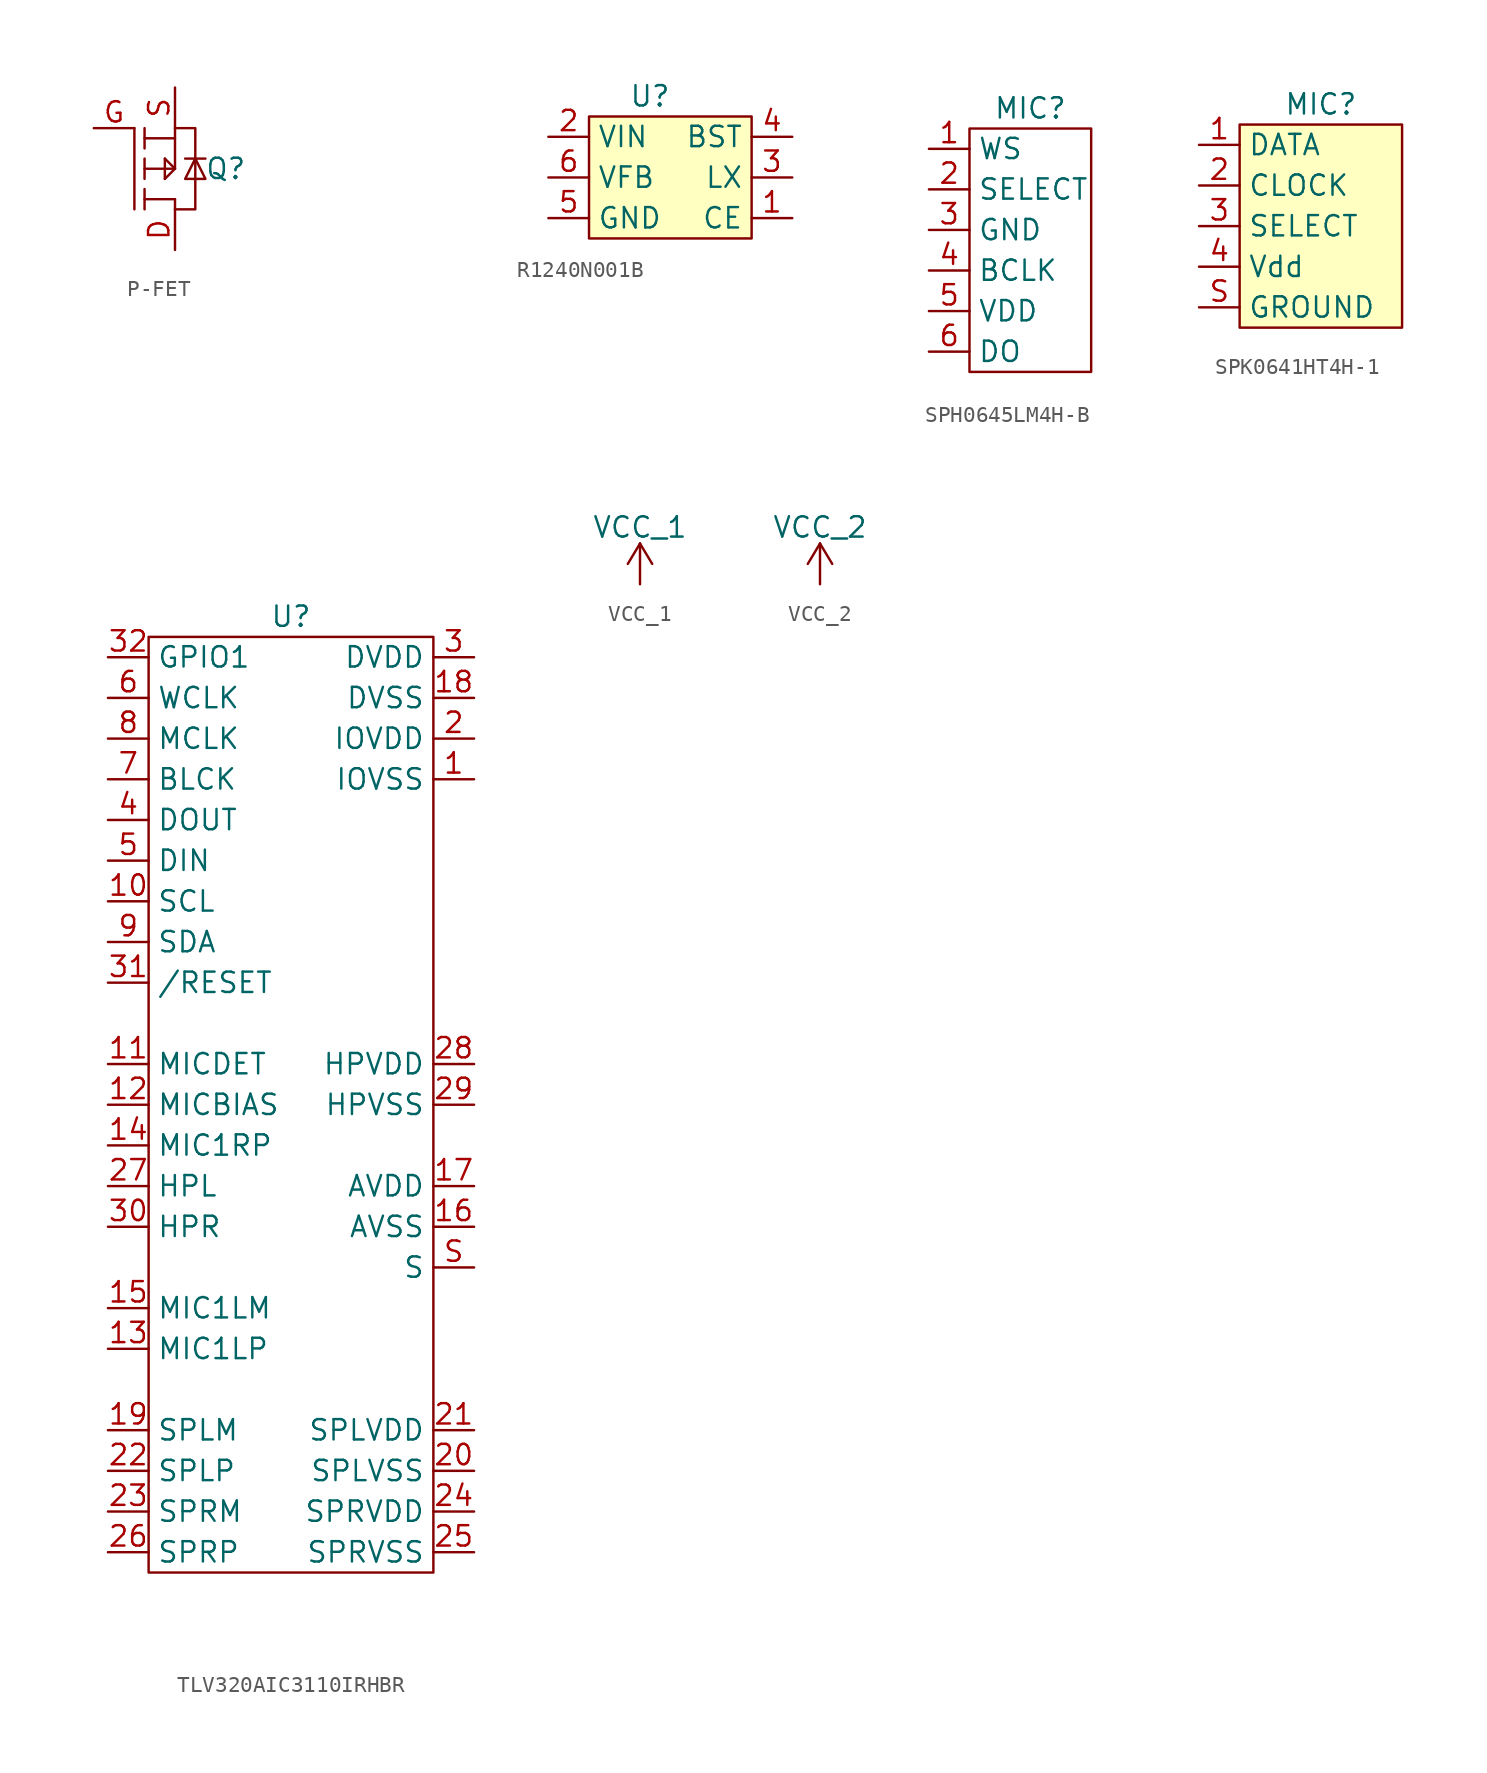
<source format=kicad_sym>
(kicad_symbol_lib
  (version 20220914)
  (generator kicad_symbol_editor)
  (symbol "P-FET"
    (property "Reference" "Q"
      (at 3.175 0 0)
      (effects (font (size 1.27 1.27))))
    (property "Value" ""
      (at -5.715 0 0)
      (effects (font (size 1.27 1.27))))
    (symbol "P-FET_0_1"
      (polyline (pts (xy -2.54 2.54) (xy -2.54 -2.54)) (stroke (width 0) (type default)) (fill (type none)))
      (polyline (pts (xy -1.905 -1.27) (xy -1.905 -2.54)) (stroke (width 0) (type default)) (fill (type none)))
      (polyline (pts (xy -1.905 0.635) (xy -1.905 -0.635)) (stroke (width 0) (type default)) (fill (type none)))
      (polyline (pts (xy -1.905 2.54) (xy -1.905 1.27)) (stroke (width 0) (type default)) (fill (type none)))
      (polyline (pts (xy -0.635 -0.635) (xy 0 0)) (stroke (width 0) (type default)) (fill (type none)))
      (polyline (pts (xy -0.635 0.635) (xy -0.635 -0.635)) (stroke (width 0) (type default)) (fill (type none)))
      (polyline (pts (xy -0.635 0.635) (xy 0 0)) (stroke (width 0) (type default)) (fill (type none)))
      (polyline (pts (xy 0 -2.54) (xy 0 -1.905)) (stroke (width 0) (type default)) (fill (type none)))
      (polyline (pts (xy 0 -1.905) (xy -1.905 -1.905)) (stroke (width 0) (type default)) (fill (type none)))
      (polyline (pts (xy 1.905 0.635) (xy 0.635 0.635)) (stroke (width 0) (type default)) (fill (type none)))
      (polyline (pts (xy 0 1.905) (xy 0 0) (xy -1.905 0)) (stroke (width 0) (type default)) (fill (type none)))
      (polyline (pts (xy 0 2.54) (xy 0 1.905) (xy -1.905 1.905)) (stroke (width 0) (type default)) (fill (type none)))
      (polyline (pts (xy 0 -2.54) (xy 1.27 -2.54) (xy 1.27 2.54) (xy 0 2.54)) (stroke (width 0) (type default)) (fill (type none)))
      (polyline (pts (xy 1.905 -0.635) (xy 1.27 0.635) (xy 0.635 -0.635) (xy 1.905 -0.635)) (stroke (width 0) (type default)) (fill (type none))))
    (symbol "P-FET_1_1"
      (pin input line (at 0 -5.08 90) (length 2.54) (name "" (effects (font (size 1.27 1.27)))) (number "D" (effects (font (size 1.27 1.27)))))
      (pin input line (at -5.08 2.54 0) (length 2.54) (name "" (effects (font (size 1.27 1.27)))) (number "G" (effects (font (size 1.27 1.27)))))
      (pin input line (at 0 5.08 270) (length 2.54) (name "" (effects (font (size 1.27 1.27)))) (number "S" (effects (font (size 1.27 1.27)))))))
  (symbol "R1240N001B"
    (property "Reference" "U"
      (at -1.27 5.08 0)
      (effects (font (size 1.27 1.27))))
    (property "Value" ""
      (at -19.05 0 0)
      (effects (font (size 1.27 1.27))))
    (symbol "R1240N001B_1_1"
      (rectangle (start -5.08 3.81) (end 5.08 -3.81) (stroke (width 0) (type default)) (fill (type background)))
      (pin input line (at 7.62 -2.54 180) (length 2.54) (name "CE" (effects (font (size 1.27 1.27)))) (number "1" (effects (font (size 1.27 1.27)))))
      (pin power_in line (at -7.62 2.54 0) (length 2.54) (name "VIN" (effects (font (size 1.27 1.27)))) (number "2" (effects (font (size 1.27 1.27)))))
      (pin power_out line (at 7.62 0 180) (length 2.54) (name "LX" (effects (font (size 1.27 1.27)))) (number "3" (effects (font (size 1.27 1.27)))))
      (pin input line (at 7.62 2.54 180) (length 2.54) (name "BST" (effects (font (size 1.27 1.27)))) (number "4" (effects (font (size 1.27 1.27)))))
      (pin power_in line (at -7.62 -2.54 0) (length 2.54) (name "GND" (effects (font (size 1.27 1.27)))) (number "5" (effects (font (size 1.27 1.27)))))
      (pin input line (at -7.62 0 0) (length 2.54) (name "VFB" (effects (font (size 1.27 1.27)))) (number "6" (effects (font (size 1.27 1.27)))))))
  (symbol "SPH0645LM4H-B"
    (property "Reference" "MIC"
      (at 0 8.89 0)
      (effects (font (size 1.27 1.27))))
    (property "Value" ""
      (at -6.35 6.35 0)
      (effects (font (size 1.27 1.27))))
    (symbol "SPH0645LM4H-B_0_1"
      (rectangle (start -3.81 7.62) (end 3.81 -7.62) (stroke (width 0) (type default)) (fill (type none))))
    (symbol "SPH0645LM4H-B_1_1"
      (pin input line (at -6.35 6.35 0) (length 2.54) (name "WS" (effects (font (size 1.27 1.27)))) (number "1" (effects (font (size 1.27 1.27)))))
      (pin input line (at -6.35 3.81 0) (length 2.54) (name "SELECT" (effects (font (size 1.27 1.27)))) (number "2" (effects (font (size 1.27 1.27)))))
      (pin input line (at -6.35 1.27 0) (length 2.54) (name "GND" (effects (font (size 1.27 1.27)))) (number "3" (effects (font (size 1.27 1.27)))))
      (pin input line (at -6.35 -1.27 0) (length 2.54) (name "BCLK" (effects (font (size 1.27 1.27)))) (number "4" (effects (font (size 1.27 1.27)))))
      (pin input line (at -6.35 -3.81 0) (length 2.54) (name "VDD" (effects (font (size 1.27 1.27)))) (number "5" (effects (font (size 1.27 1.27)))))
      (pin input line (at -6.35 -6.35 0) (length 2.54) (name "DO" (effects (font (size 1.27 1.27)))) (number "6" (effects (font (size 1.27 1.27)))))))
  (symbol "SPK0641HT4H-1"
    (property "Reference" "MIC"
      (at 0 7.62 0)
      (effects (font (size 1.27 1.27))))
    (property "Value" ""
      (at -6.35 2.54 0)
      (effects (font (size 1.27 1.27))))
    (symbol "SPK0641HT4H-1_1_1"
      (rectangle (start -5.08 6.35) (end 5.08 -6.35) (stroke (width 0) (type default)) (fill (type background)))
      (pin input line (at -7.62 5.08 0) (length 2.54) (name "DATA" (effects (font (size 1.27 1.27)))) (number "1" (effects (font (size 1.27 1.27)))))
      (pin input line (at -7.62 2.54 0) (length 2.54) (name "CLOCK" (effects (font (size 1.27 1.27)))) (number "2" (effects (font (size 1.27 1.27)))))
      (pin input line (at -7.62 0 0) (length 2.54) (name "SELECT" (effects (font (size 1.27 1.27)))) (number "3" (effects (font (size 1.27 1.27)))))
      (pin input line (at -7.62 -2.54 0) (length 2.54) (name "Vdd" (effects (font (size 1.27 1.27)))) (number "4" (effects (font (size 1.27 1.27)))))
      (pin input line (at -7.62 -5.08 0) (length 2.54) (name "GROUND" (effects (font (size 1.27 1.27)))) (number "S" (effects (font (size 1.27 1.27)))))))
  (symbol "TLV320AIC3110IRHBR"
    (property "Reference" "U"
      (at 0 24.13 0)
      (effects (font (size 1.27 1.27))))
    (property "Value" ""
      (at 11.43 21.59 0)
      (effects (font (size 1.27 1.27))))
    (symbol "TLV320AIC3110IRHBR_0_1"
      (rectangle (start -8.89 22.86) (end 8.89 -35.56) (stroke (width 0) (type default)) (fill (type none))))
    (symbol "TLV320AIC3110IRHBR_1_1"
      (pin input line (at 11.43 13.97 180) (length 2.54) (name "IOVSS" (effects (font (size 1.27 1.27)))) (number "1" (effects (font (size 1.27 1.27)))))
      (pin input line (at -11.43 6.35 0) (length 2.54) (name "SCL" (effects (font (size 1.27 1.27)))) (number "10" (effects (font (size 1.27 1.27)))))
      (pin input line (at -11.43 -3.81 0) (length 2.54) (name "MICDET" (effects (font (size 1.27 1.27)))) (number "11" (effects (font (size 1.27 1.27)))))
      (pin input line (at -11.43 -6.35 0) (length 2.54) (name "MICBIAS" (effects (font (size 1.27 1.27)))) (number "12" (effects (font (size 1.27 1.27)))))
      (pin input line (at -11.43 -21.59 0) (length 2.54) (name "MIC1LP" (effects (font (size 1.27 1.27)))) (number "13" (effects (font (size 1.27 1.27)))))
      (pin input line (at -11.43 -8.89 0) (length 2.54) (name "MIC1RP" (effects (font (size 1.27 1.27)))) (number "14" (effects (font (size 1.27 1.27)))))
      (pin input line (at -11.43 -19.05 0) (length 2.54) (name "MIC1LM" (effects (font (size 1.27 1.27)))) (number "15" (effects (font (size 1.27 1.27)))))
      (pin input line (at 11.43 -13.97 180) (length 2.54) (name "AVSS" (effects (font (size 1.27 1.27)))) (number "16" (effects (font (size 1.27 1.27)))))
      (pin input line (at 11.43 -11.43 180) (length 2.54) (name "AVDD" (effects (font (size 1.27 1.27)))) (number "17" (effects (font (size 1.27 1.27)))))
      (pin input line (at 11.43 19.05 180) (length 2.54) (name "DVSS" (effects (font (size 1.27 1.27)))) (number "18" (effects (font (size 1.27 1.27)))))
      (pin input line (at -11.43 -26.67 0) (length 2.54) (name "SPLM" (effects (font (size 1.27 1.27)))) (number "19" (effects (font (size 1.27 1.27)))))
      (pin input line (at 11.43 16.51 180) (length 2.54) (name "IOVDD" (effects (font (size 1.27 1.27)))) (number "2" (effects (font (size 1.27 1.27)))))
      (pin input line (at 11.43 -29.21 180) (length 2.54) (name "SPLVSS" (effects (font (size 1.27 1.27)))) (number "20" (effects (font (size 1.27 1.27)))))
      (pin input line (at 11.43 -26.67 180) (length 2.54) (name "SPLVDD" (effects (font (size 1.27 1.27)))) (number "21" (effects (font (size 1.27 1.27)))))
      (pin input line (at -11.43 -29.21 0) (length 2.54) (name "SPLP" (effects (font (size 1.27 1.27)))) (number "22" (effects (font (size 1.27 1.27)))))
      (pin input line (at -11.43 -31.75 0) (length 2.54) (name "SPRM" (effects (font (size 1.27 1.27)))) (number "23" (effects (font (size 1.27 1.27)))))
      (pin input line (at 11.43 -31.75 180) (length 2.54) (name "SPRVDD" (effects (font (size 1.27 1.27)))) (number "24" (effects (font (size 1.27 1.27)))))
      (pin input line (at 11.43 -34.29 180) (length 2.54) (name "SPRVSS" (effects (font (size 1.27 1.27)))) (number "25" (effects (font (size 1.27 1.27)))))
      (pin input line (at -11.43 -34.29 0) (length 2.54) (name "SPRP" (effects (font (size 1.27 1.27)))) (number "26" (effects (font (size 1.27 1.27)))))
      (pin input line (at -11.43 -11.43 0) (length 2.54) (name "HPL" (effects (font (size 1.27 1.27)))) (number "27" (effects (font (size 1.27 1.27)))))
      (pin input line (at 11.43 -3.81 180) (length 2.54) (name "HPVDD" (effects (font (size 1.27 1.27)))) (number "28" (effects (font (size 1.27 1.27)))))
      (pin input line (at 11.43 -6.35 180) (length 2.54) (name "HPVSS" (effects (font (size 1.27 1.27)))) (number "29" (effects (font (size 1.27 1.27)))))
      (pin input line (at 11.43 21.59 180) (length 2.54) (name "DVDD" (effects (font (size 1.27 1.27)))) (number "3" (effects (font (size 1.27 1.27)))))
      (pin input line (at -11.43 -13.97 0) (length 2.54) (name "HPR" (effects (font (size 1.27 1.27)))) (number "30" (effects (font (size 1.27 1.27)))))
      (pin input line (at -11.43 1.27 0) (length 2.54) (name "/RESET" (effects (font (size 1.27 1.27)))) (number "31" (effects (font (size 1.27 1.27)))))
      (pin input line (at -11.43 21.59 0) (length 2.54) (name "GPIO1" (effects (font (size 1.27 1.27)))) (number "32" (effects (font (size 1.27 1.27)))))
      (pin input line (at -11.43 11.43 0) (length 2.54) (name "DOUT" (effects (font (size 1.27 1.27)))) (number "4" (effects (font (size 1.27 1.27)))))
      (pin input line (at -11.43 8.89 0) (length 2.54) (name "DIN" (effects (font (size 1.27 1.27)))) (number "5" (effects (font (size 1.27 1.27)))))
      (pin input line (at -11.43 19.05 0) (length 2.54) (name "WCLK" (effects (font (size 1.27 1.27)))) (number "6" (effects (font (size 1.27 1.27)))))
      (pin input line (at -11.43 13.97 0) (length 2.54) (name "BLCK" (effects (font (size 1.27 1.27)))) (number "7" (effects (font (size 1.27 1.27)))))
      (pin input line (at -11.43 16.51 0) (length 2.54) (name "MCLK" (effects (font (size 1.27 1.27)))) (number "8" (effects (font (size 1.27 1.27)))))
      (pin input line (at -11.43 3.81 0) (length 2.54) (name "SDA" (effects (font (size 1.27 1.27)))) (number "9" (effects (font (size 1.27 1.27)))))
      (pin input line (at 11.43 -16.51 180) (length 2.54) (name "S" (effects (font (size 1.27 1.27)))) (number "S" (effects (font (size 1.27 1.27)))))))
  (symbol "VCC_1"
    (power)
    (pin_names
      (offset 0))
    (property "Reference" "#PWR"
      (at 0 -3.81 0)
      (effects (font (size 1.27 1.27)) hide))
    (property "Value" "VCC_1"
      (at 0 3.556 0)
      (effects (font (size 1.27 1.27))))
    (symbol "VCC_1_0_1"
      (polyline (pts (xy -0.762 1.27) (xy 0 2.54)) (stroke (width 0) (type default)) (fill (type none)))
      (polyline (pts (xy 0 0) (xy 0 2.54)) (stroke (width 0) (type default)) (fill (type none)))
      (polyline (pts (xy 0 2.54) (xy 0.762 1.27)) (stroke (width 0) (type default)) (fill (type none))))
    (symbol "VCC_1_1_1"
      (pin power_in line (at 0 0 90) (length 0) hide (name "VCC_1" (effects (font (size 1.27 1.27)))) (number "1" (effects (font (size 1.27 1.27)))))))
  (symbol "VCC_2"
    (power)
    (pin_names
      (offset 0))
    (property "Reference" "#PWR"
      (at 0 -3.81 0)
      (effects (font (size 1.27 1.27)) hide))
    (property "Value" "VCC_2"
      (at 0 3.556 0)
      (effects (font (size 1.27 1.27))))
    (symbol "VCC_2_0_1"
      (polyline (pts (xy -0.762 1.27) (xy 0 2.54)) (stroke (width 0) (type default)) (fill (type none)))
      (polyline (pts (xy 0 0) (xy 0 2.54)) (stroke (width 0) (type default)) (fill (type none)))
      (polyline (pts (xy 0 2.54) (xy 0.762 1.27)) (stroke (width 0) (type default)) (fill (type none))))
    (symbol "VCC_2_1_1"
      (pin power_in line (at 0 0 90) (length 0) hide (name "VCC_2" (effects (font (size 1.27 1.27)))) (number "1" (effects (font (size 1.27 1.27))))))))
</source>
